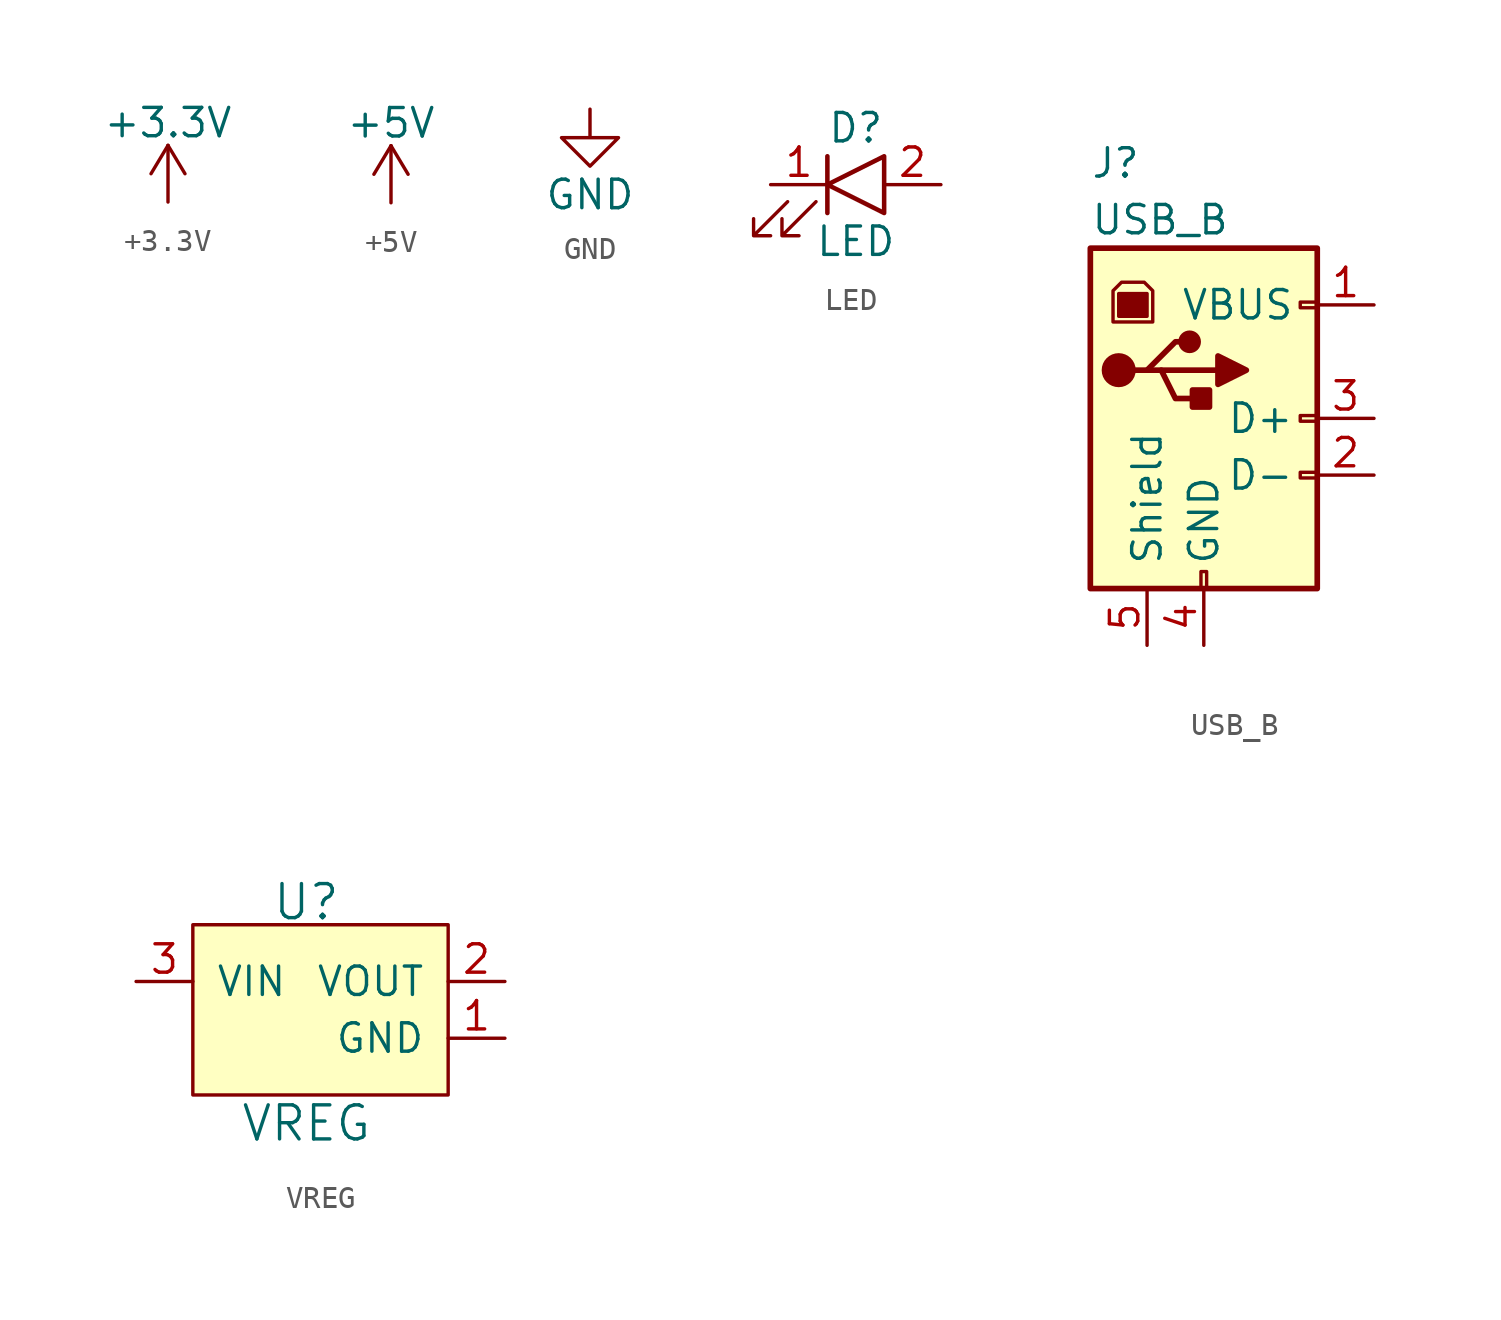
<source format=kicad_sym>
(kicad_symbol_lib
  (version 20231120)
  (generator "kicad_symbol_editor")
  (generator_version "8.0")
  (symbol "+3.3V"
    (power)
    (pin_names
      (offset 0))
    (property "Reference" "#PWR"
      (at 0 -3.81 0)
      (effects (font (size 1.27 1.27)) (hide yes)))
    (property "Value" "+3.3V"
      (at 0 3.556 0)
      (effects (font (size 1.27 1.27))))
    (symbol "+3.3V_0_1"
      (polyline (pts (xy -0.762 1.27) (xy 0 2.54)) (stroke (width 0) (type solid)) (fill (type none)))
      (polyline (pts (xy 0 0) (xy 0 2.54)) (stroke (width 0) (type solid)) (fill (type none)))
      (polyline (pts (xy 0 2.54) (xy 0.762 1.27)) (stroke (width 0) (type solid)) (fill (type none))))
    (symbol "+3.3V_1_1"
      (pin power_in line (at 0 0 90) (length 0) hide (name "+3V3" (effects (font (size 1.27 1.27)))) (number "1" (effects (font (size 1.27 1.27)))))))
  (symbol "+5V"
    (power)
    (pin_names
      (offset 0))
    (property "Reference" "#PWR"
      (at 0 -3.81 0)
      (effects (font (size 1.27 1.27)) (hide yes)))
    (property "Value" "+5V"
      (at 0 3.556 0)
      (effects (font (size 1.27 1.27))))
    (symbol "+5V_0_1"
      (polyline (pts (xy -0.762 1.27) (xy 0 2.54)) (stroke (width 0) (type solid)) (fill (type none)))
      (polyline (pts (xy 0 0) (xy 0 2.54)) (stroke (width 0) (type solid)) (fill (type none)))
      (polyline (pts (xy 0 2.54) (xy 0.762 1.27)) (stroke (width 0) (type solid)) (fill (type none))))
    (symbol "+5V_1_1"
      (pin power_in line (at 0 0 90) (length 0) hide (name "+5V" (effects (font (size 1.27 1.27)))) (number "1" (effects (font (size 1.27 1.27)))))))
  (symbol "GND"
    (power)
    (pin_names
      (offset 0))
    (property "Reference" "#PWR"
      (at 0 -6.35 0)
      (effects (font (size 1.27 1.27)) (hide yes)))
    (property "Value" "GND"
      (at 0 -3.81 0)
      (effects (font (size 1.27 1.27))))
    (symbol "GND_0_1"
      (polyline (pts (xy 0 0) (xy 0 -1.27) (xy 1.27 -1.27) (xy 0 -2.54) (xy -1.27 -1.27) (xy 0 -1.27)) (stroke (width 0) (type solid)) (fill (type none))))
    (symbol "GND_1_1"
      (pin power_in line (at 0 0 270) (length 0) hide (name "GND" (effects (font (size 1.27 1.27)))) (number "1" (effects (font (size 1.27 1.27)))))))
  (symbol "LED"
    (pin_names
      (offset 1.016) hide)
    (property "Reference" "D"
      (at 0 2.54 0)
      (effects (font (size 1.27 1.27))))
    (property "Value" "LED"
      (at 0 -2.54 0)
      (effects (font (size 1.27 1.27))))
    (symbol "LED_0_1"
      (polyline (pts (xy -1.27 -1.27) (xy -1.27 1.27)) (stroke (width 0.203) (type solid)) (fill (type none)))
      (polyline (pts (xy 1.27 -1.27) (xy 1.27 1.27) (xy -1.27 0) (xy 1.27 -1.27)) (stroke (width 0.203) (type solid)) (fill (type none)))
      (polyline (pts (xy -3.048 -0.762) (xy -4.572 -2.286) (xy -3.81 -2.286) (xy -4.572 -2.286) (xy -4.572 -1.524)) (stroke (width 0) (type solid)) (fill (type none)))
      (polyline (pts (xy -1.778 -0.762) (xy -3.302 -2.286) (xy -2.54 -2.286) (xy -3.302 -2.286) (xy -3.302 -1.524)) (stroke (width 0) (type solid)) (fill (type none))))
    (symbol "LED_1_1"
      (pin passive line (at -3.81 0 0) (length 2.54) (name "K" (effects (font (size 1.27 1.27)))) (number "1" (effects (font (size 1.27 1.27)))))
      (pin passive line (at 3.81 0 180) (length 2.54) (name "A" (effects (font (size 1.27 1.27)))) (number "2" (effects (font (size 1.27 1.27)))))))
  (symbol "USB_B"
    (pin_names
      (offset 1.016))
    (property "Reference" "J"
      (at -5.08 11.43 0)
      (effects (font (size 1.27 1.27)) (justify left)))
    (property "Value" "USB_B"
      (at -5.08 8.89 0)
      (effects (font (size 1.27 1.27)) (justify left)))
    (symbol "USB_B_0_1"
      (rectangle (start -5.08 -7.62) (end 5.08 7.62) (stroke (width 0.254) (type solid)) (fill (type background)))
      (circle (center -3.81 2.159) (radius 0.635) (stroke (width 0.254) (type solid)) (fill (type outline)))
      (rectangle (start -3.81 5.588) (end -2.54 4.572) (stroke (width 0) (type solid)) (fill (type outline)))
      (circle (center -0.635 3.429) (radius 0.381) (stroke (width 0.254) (type solid)) (fill (type outline)))
      (rectangle (start -0.127 -7.62) (end 0.127 -6.858) (stroke (width 0) (type solid)) (fill (type none)))
      (polyline (pts (xy -1.905 2.159) (xy 0.635 2.159)) (stroke (width 0.254) (type solid)) (fill (type none)))
      (polyline (pts (xy -3.175 2.159) (xy -2.54 2.159) (xy -1.27 3.429) (xy -0.635 3.429)) (stroke (width 0.254) (type solid)) (fill (type none)))
      (polyline (pts (xy -2.54 2.159) (xy -1.905 2.159) (xy -1.27 0.889) (xy 0 0.889)) (stroke (width 0.254) (type solid)) (fill (type none)))
      (polyline (pts (xy 0.635 2.794) (xy 0.635 1.524) (xy 1.905 2.159) (xy 0.635 2.794)) (stroke (width 0.254) (type solid)) (fill (type outline)))
      (polyline (pts (xy -4.064 4.318) (xy -2.286 4.318) (xy -2.286 5.715) (xy -2.667 6.096) (xy -3.683 6.096) (xy -4.064 5.715) (xy -4.064 4.318)) (stroke (width 0) (type solid)) (fill (type none)))
      (rectangle (start 0.254 1.27) (end -0.508 0.508) (stroke (width 0.254) (type solid)) (fill (type outline)))
      (rectangle (start 5.08 -2.667) (end 4.318 -2.413) (stroke (width 0) (type solid)) (fill (type none)))
      (rectangle (start 5.08 -0.127) (end 4.318 0.127) (stroke (width 0) (type solid)) (fill (type none)))
      (rectangle (start 5.08 4.953) (end 4.318 5.207) (stroke (width 0) (type solid)) (fill (type none))))
    (symbol "USB_B_1_1"
      (pin power_out line (at 7.62 5.08 180) (length 2.54) (name "VBUS" (effects (font (size 1.27 1.27)))) (number "1" (effects (font (size 1.27 1.27)))))
      (pin passive line (at 7.62 -2.54 180) (length 2.54) (name "D-" (effects (font (size 1.27 1.27)))) (number "2" (effects (font (size 1.27 1.27)))))
      (pin passive line (at 7.62 0 180) (length 2.54) (name "D+" (effects (font (size 1.27 1.27)))) (number "3" (effects (font (size 1.27 1.27)))))
      (pin power_out line (at 0 -10.16 90) (length 2.54) (name "GND" (effects (font (size 1.27 1.27)))) (number "4" (effects (font (size 1.27 1.27)))))
      (pin passive line (at -2.54 -10.16 90) (length 2.54) (name "Shield" (effects (font (size 1.27 1.27)))) (number "5" (effects (font (size 1.27 1.27)))))))
  (symbol "VREG"
    (pin_names
      (offset 1.016))
    (property "Reference" "U"
      (at 0 4.826 0)
      (effects (font (size 1.524 1.524))))
    (property "Value" "VREG"
      (at 0 -5.08 0)
      (effects (font (size 1.524 1.524))))
    (property "Footprint" ""
      (at -0.635 0 0)
      (effects (font (size 1.524 1.524))))
    (property "Datasheet" ""
      (at -0.635 0 0)
      (effects (font (size 1.524 1.524))))
    (symbol "VREG_0_1"
      (rectangle (start -5.08 3.81) (end 6.35 -3.81) (stroke (width 0) (type solid)) (fill (type background))))
    (symbol "VREG_1_1"
      (pin input line (at 8.89 -1.27 180) (length 2.54) (name "GND" (effects (font (size 1.27 1.27)))) (number "1" (effects (font (size 1.27 1.27)))))
      (pin input line (at 8.89 1.27 180) (length 2.54) (name "VOUT" (effects (font (size 1.27 1.27)))) (number "2" (effects (font (size 1.27 1.27)))))
      (pin input line (at -7.62 1.27 0) (length 2.54) (name "VIN" (effects (font (size 1.27 1.27)))) (number "3" (effects (font (size 1.27 1.27))))))))
</source>
